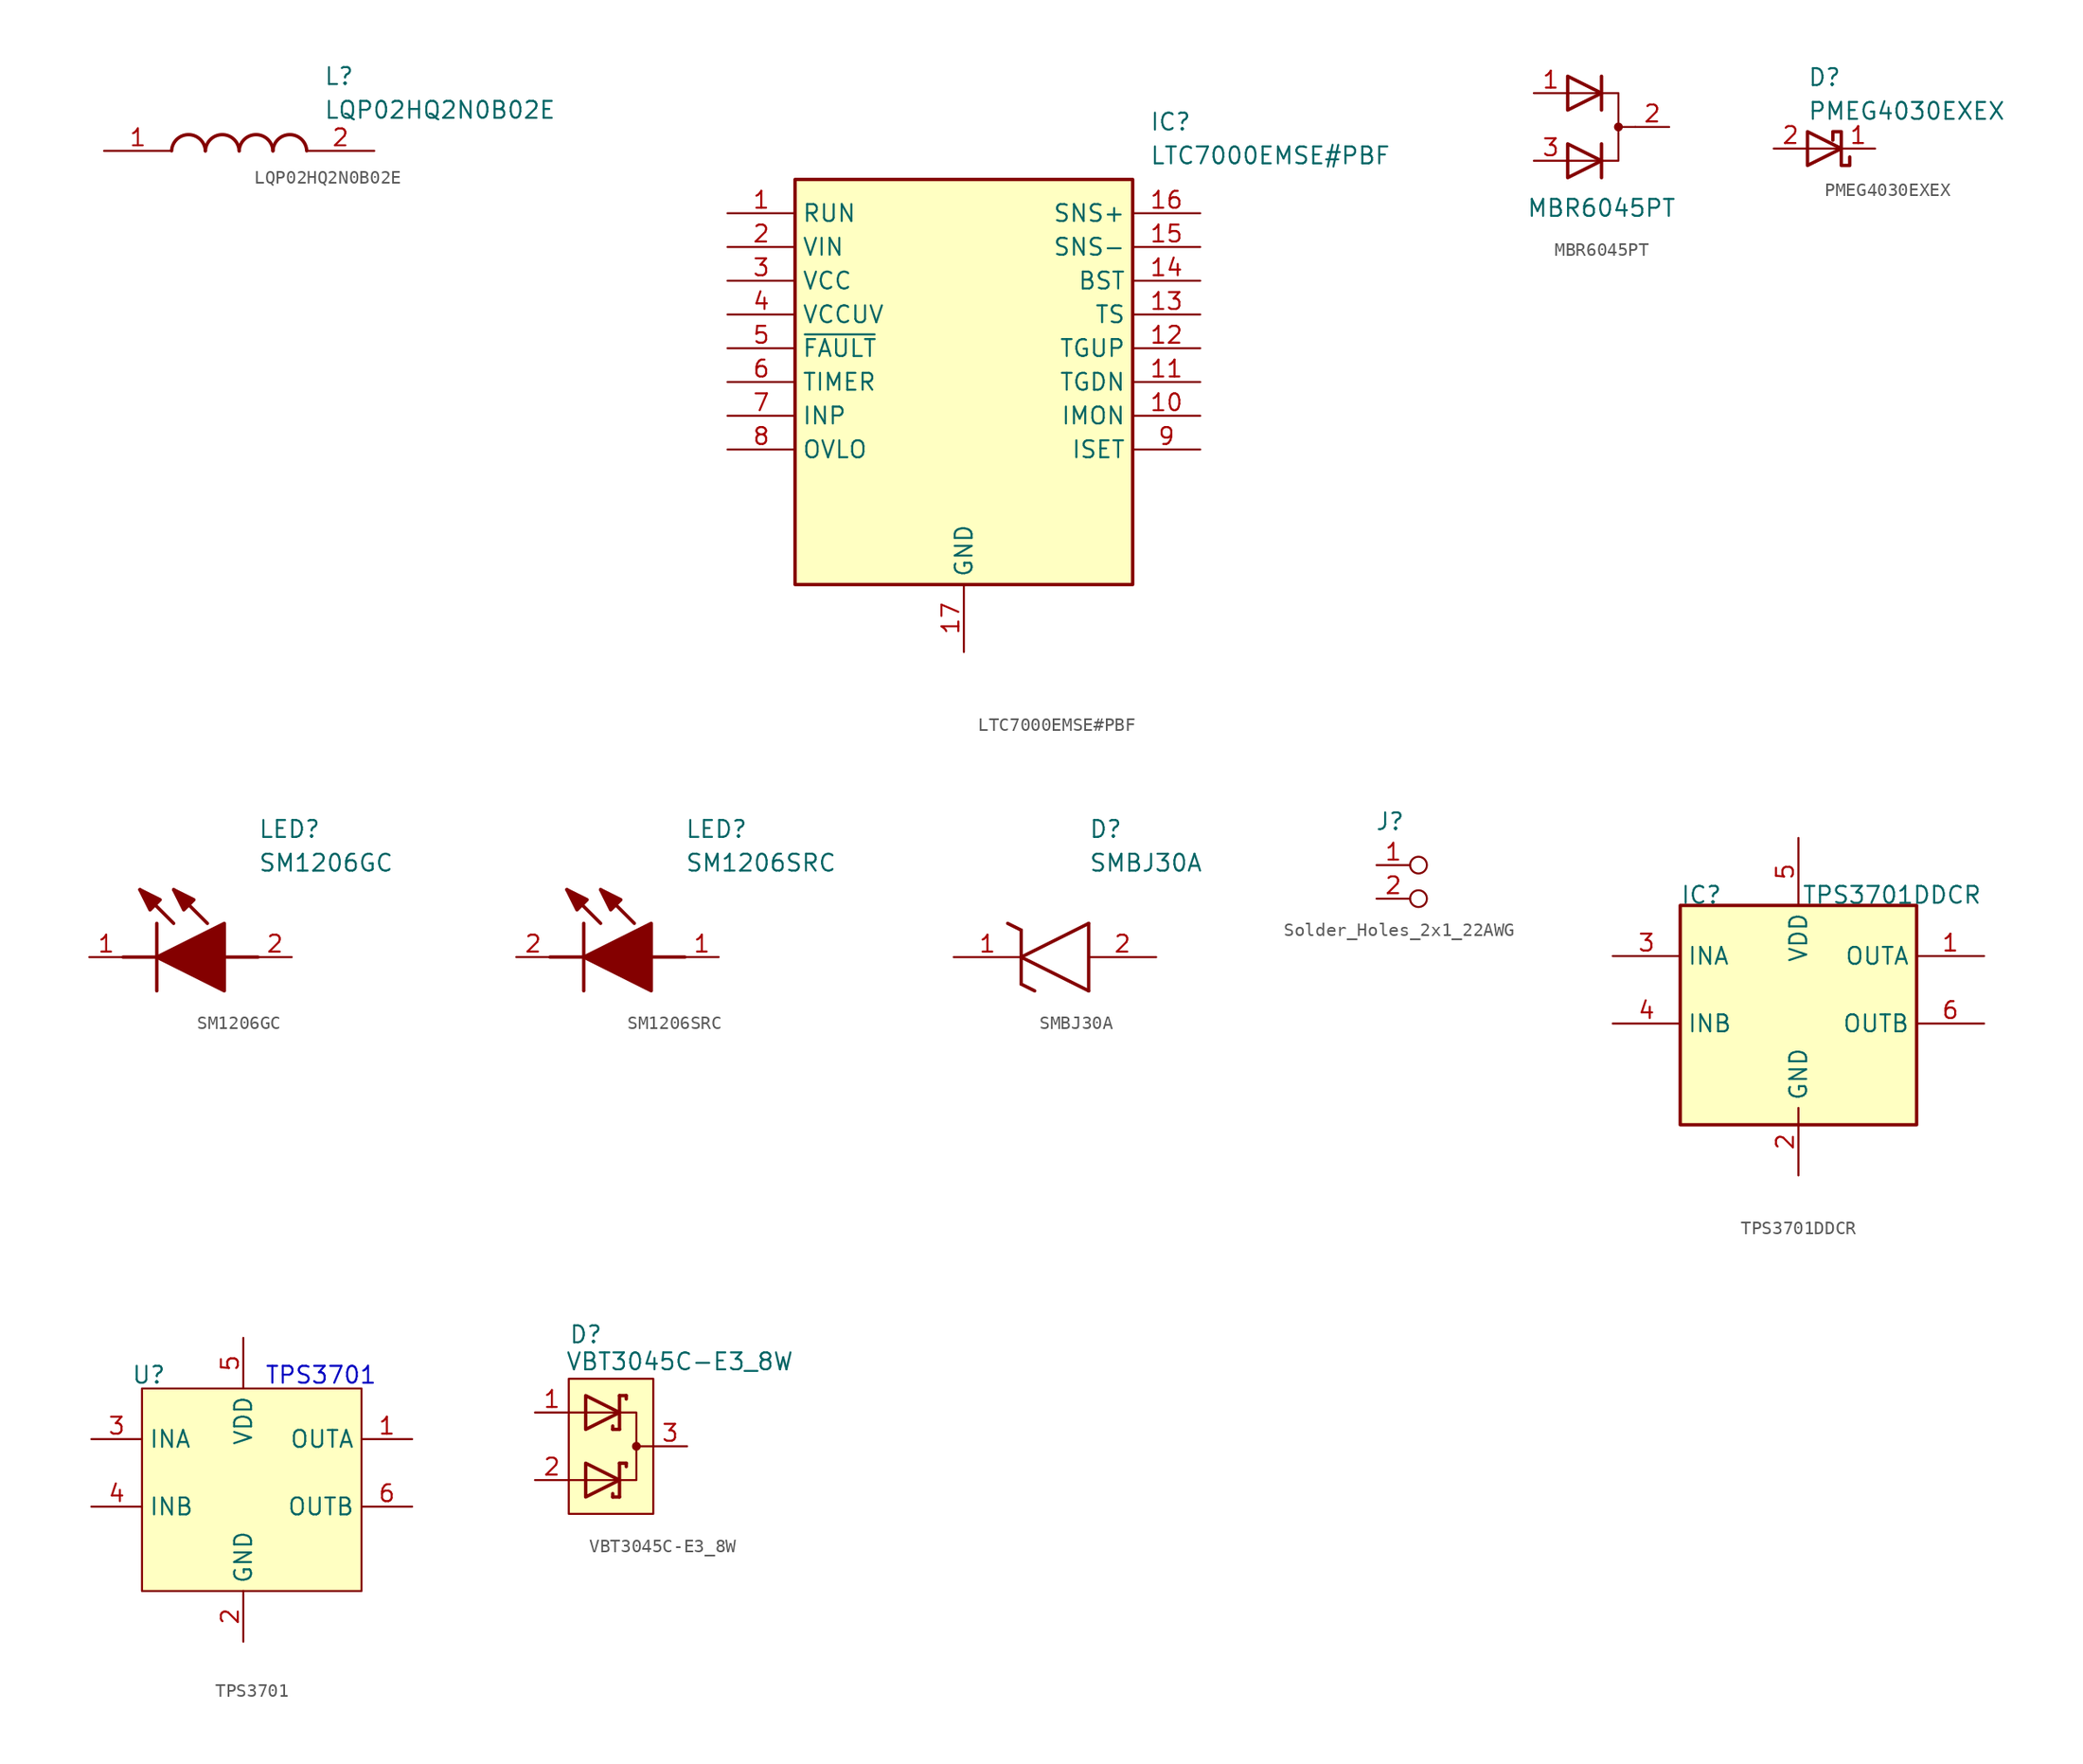
<source format=kicad_sym>
(kicad_symbol_lib
  (version 20231120)
  (generator "kicad_symbol_editor")
  (generator_version "8.0")
  (symbol "LQP02HQ2N0B02E"
    (pin_names hide)
    (property "Reference" "L"
      (at 16.51 6.35 0)
      (effects (font (size 1.27 1.27)) (justify left top)))
    (property "Value" "LQP02HQ2N0B02E"
      (at 16.51 3.81 0)
      (effects (font (size 1.27 1.27)) (justify left top)))
    (symbol "LQP02HQ2N0B02E_1_1"
      (arc (start 7.62 0) (mid 6.35 1.219) (end 5.08 0) (stroke (width 0.254) (type default)) (fill (type none)))
      (arc (start 10.16 0) (mid 8.89 1.219) (end 7.62 0) (stroke (width 0.254) (type default)) (fill (type none)))
      (arc (start 12.7 0) (mid 11.43 1.219) (end 10.16 0) (stroke (width 0.254) (type default)) (fill (type none)))
      (arc (start 15.24 0) (mid 13.97 1.219) (end 12.7 0) (stroke (width 0.254) (type default)) (fill (type none)))
      (pin passive line (at 0 0 0) (length 5.08) (name "1" (effects (font (size 1.27 1.27)))) (number "1" (effects (font (size 1.27 1.27)))))
      (pin passive line (at 20.32 0 180) (length 5.08) (name "2" (effects (font (size 1.27 1.27)))) (number "2" (effects (font (size 1.27 1.27)))))))
  (symbol "LTC7000EMSE#PBF"
    (property "Reference" "IC"
      (at 31.75 7.62 0)
      (effects (font (size 1.27 1.27)) (justify left top)))
    (property "Value" "LTC7000EMSE#PBF"
      (at 31.75 5.08 0)
      (effects (font (size 1.27 1.27)) (justify left top)))
    (symbol "LTC7000EMSE#PBF_1_1"
      (rectangle (start 5.08 2.54) (end 30.48 -27.94) (stroke (width 0.254) (type default)) (fill (type background)))
      (pin passive line (at 0 0 0) (length 5.08) (name "RUN" (effects (font (size 1.27 1.27)))) (number "1" (effects (font (size 1.27 1.27)))))
      (pin passive line (at 35.56 -15.24 180) (length 5.08) (name "IMON" (effects (font (size 1.27 1.27)))) (number "10" (effects (font (size 1.27 1.27)))))
      (pin passive line (at 35.56 -12.7 180) (length 5.08) (name "TGDN" (effects (font (size 1.27 1.27)))) (number "11" (effects (font (size 1.27 1.27)))))
      (pin passive line (at 35.56 -10.16 180) (length 5.08) (name "TGUP" (effects (font (size 1.27 1.27)))) (number "12" (effects (font (size 1.27 1.27)))))
      (pin passive line (at 35.56 -7.62 180) (length 5.08) (name "TS" (effects (font (size 1.27 1.27)))) (number "13" (effects (font (size 1.27 1.27)))))
      (pin passive line (at 35.56 -5.08 180) (length 5.08) (name "BST" (effects (font (size 1.27 1.27)))) (number "14" (effects (font (size 1.27 1.27)))))
      (pin passive line (at 35.56 -2.54 180) (length 5.08) (name "SNS-" (effects (font (size 1.27 1.27)))) (number "15" (effects (font (size 1.27 1.27)))))
      (pin passive line (at 35.56 0 180) (length 5.08) (name "SNS+" (effects (font (size 1.27 1.27)))) (number "16" (effects (font (size 1.27 1.27)))))
      (pin passive line (at 17.78 -33.02 90) (length 5.08) (name "GND" (effects (font (size 1.27 1.27)))) (number "17" (effects (font (size 1.27 1.27)))))
      (pin passive line (at 0 -2.54 0) (length 5.08) (name "VIN" (effects (font (size 1.27 1.27)))) (number "2" (effects (font (size 1.27 1.27)))))
      (pin passive line (at 0 -5.08 0) (length 5.08) (name "VCC" (effects (font (size 1.27 1.27)))) (number "3" (effects (font (size 1.27 1.27)))))
      (pin passive line (at 0 -7.62 0) (length 5.08) (name "VCCUV" (effects (font (size 1.27 1.27)))) (number "4" (effects (font (size 1.27 1.27)))))
      (pin passive line (at 0 -10.16 0) (length 5.08) (name "~{FAULT}" (effects (font (size 1.27 1.27)))) (number "5" (effects (font (size 1.27 1.27)))))
      (pin passive line (at 0 -12.7 0) (length 5.08) (name "TIMER" (effects (font (size 1.27 1.27)))) (number "6" (effects (font (size 1.27 1.27)))))
      (pin passive line (at 0 -15.24 0) (length 5.08) (name "INP" (effects (font (size 1.27 1.27)))) (number "7" (effects (font (size 1.27 1.27)))))
      (pin passive line (at 0 -17.78 0) (length 5.08) (name "OVLO" (effects (font (size 1.27 1.27)))) (number "8" (effects (font (size 1.27 1.27)))))
      (pin passive line (at 35.56 -17.78 180) (length 5.08) (name "ISET" (effects (font (size 1.27 1.27)))) (number "9" (effects (font (size 1.27 1.27)))))))
  (symbol "MBR6045PT"
    (pin_names
      (offset 0.762) hide)
    (property "Reference" "D"
      (at 0 5.08 0)
      (effects (font (size 1.27 1.27)) (hide yes)))
    (property "Value" "MBR6045PT"
      (at 0 -6.096 0)
      (effects (font (size 1.27 1.27))))
    (symbol "MBR6045PT_0_0"
      (polyline (pts (xy 0 -1.27) (xy 0 -3.81)) (stroke (width 0.254) (type default)) (fill (type none)))
      (polyline (pts (xy 0 1.27) (xy 0 3.81)) (stroke (width 0.254) (type default)) (fill (type none))))
    (symbol "MBR6045PT_0_1"
      (polyline (pts (xy 1.27 0) (xy 2.54 0)) (stroke (width 0) (type default)) (fill (type none)))
      (polyline (pts (xy -2.54 -2.54) (xy 1.27 -2.54) (xy 1.27 2.54) (xy -2.54 2.54)) (stroke (width 0) (type default)) (fill (type none)))
      (polyline (pts (xy -2.54 -1.27) (xy 0 -2.54) (xy -2.54 -3.81) (xy -2.54 -1.27) (xy -2.54 -1.27) (xy -2.54 -1.27)) (stroke (width 0.254) (type default)) (fill (type none)))
      (polyline (pts (xy -2.54 3.81) (xy 0 2.54) (xy -2.54 1.27) (xy -2.54 3.81) (xy -2.54 3.81) (xy -2.54 3.81)) (stroke (width 0.254) (type default)) (fill (type none)))
      (circle (center 1.27 0) (radius 0.254) (stroke (width 0) (type default)) (fill (type outline)))
      (pin passive line (at -5.08 2.54 0) (length 2.54) (name "A" (effects (font (size 1.27 1.27)))) (number "1" (effects (font (size 1.27 1.27))))))
    (symbol "MBR6045PT_1_1"
      (pin passive line (at 5.08 0 180) (length 2.54) (name "K" (effects (font (size 1.27 1.27)))) (number "2" (effects (font (size 1.27 1.27)))))
      (pin passive line (at -5.08 -2.54 0) (length 2.54) (name "A" (effects (font (size 1.27 1.27)))) (number "3" (effects (font (size 1.27 1.27)))))))
  (symbol "PMEG4030EXEX"
    (property "Reference" "D"
      (at 0 6.096 0)
      (effects (font (size 1.27 1.27)) (justify left top)))
    (property "Value" "PMEG4030EXEX"
      (at 0 3.556 0)
      (effects (font (size 1.27 1.27)) (justify left top)))
    (symbol "PMEG4030EXEX_0_1"
      (polyline (pts (xy 0 0) (xy 2.54 0)) (stroke (width 0) (type default)) (fill (type none)))
      (polyline (pts (xy 0 -1.27) (xy 0 1.27) (xy 2.54 0) (xy 0 -1.27)) (stroke (width 0.254) (type default)) (fill (type none)))
      (polyline (pts (xy 3.175 -0.635) (xy 3.175 -1.27) (xy 2.54 -1.27) (xy 2.54 1.27) (xy 1.905 1.27) (xy 1.905 0.635)) (stroke (width 0.254) (type default)) (fill (type none))))
    (symbol "PMEG4030EXEX_1_1"
      (pin passive line (at 5.08 0 180) (length 2.54) (name "" (effects (font (size 1.27 1.27)))) (number "1" (effects (font (size 1.27 1.27)))))
      (pin passive line (at -2.54 0 0) (length 2.54) (name "" (effects (font (size 1.27 1.27)))) (number "2" (effects (font (size 1.27 1.27)))))))
  (symbol "SM1206GC"
    (pin_names hide)
    (property "Reference" "LED"
      (at 12.7 8.89 0)
      (effects (font (size 1.27 1.27)) (justify left bottom)))
    (property "Value" "SM1206GC"
      (at 12.7 6.35 0)
      (effects (font (size 1.27 1.27)) (justify left bottom)))
    (symbol "SM1206GC_1_1"
      (polyline (pts (xy 2.54 0) (xy 5.08 0)) (stroke (width 0.254) (type default)) (fill (type none)))
      (polyline (pts (xy 5.08 2.54) (xy 5.08 -2.54)) (stroke (width 0.254) (type default)) (fill (type none)))
      (polyline (pts (xy 6.35 2.54) (xy 3.81 5.08)) (stroke (width 0.254) (type default)) (fill (type none)))
      (polyline (pts (xy 8.89 2.54) (xy 6.35 5.08)) (stroke (width 0.254) (type default)) (fill (type none)))
      (polyline (pts (xy 10.16 0) (xy 12.7 0)) (stroke (width 0.254) (type default)) (fill (type none)))
      (polyline (pts (xy 5.08 0) (xy 10.16 2.54) (xy 10.16 -2.54) (xy 5.08 0)) (stroke (width 0.254) (type default)) (fill (type outline)))
      (polyline (pts (xy 5.334 4.318) (xy 4.572 3.556) (xy 3.81 5.08) (xy 5.334 4.318)) (stroke (width 0.254) (type default)) (fill (type outline)))
      (polyline (pts (xy 7.874 4.318) (xy 7.112 3.556) (xy 6.35 5.08) (xy 7.874 4.318)) (stroke (width 0.254) (type default)) (fill (type outline)))
      (pin passive line (at 0 0 0) (length 2.54) (name "K" (effects (font (size 1.27 1.27)))) (number "1" (effects (font (size 1.27 1.27)))))
      (pin passive line (at 15.24 0 180) (length 2.54) (name "A" (effects (font (size 1.27 1.27)))) (number "2" (effects (font (size 1.27 1.27)))))))
  (symbol "SM1206SRC"
    (pin_names hide)
    (property "Reference" "LED"
      (at 12.7 8.89 0)
      (effects (font (size 1.27 1.27)) (justify left bottom)))
    (property "Value" "SM1206SRC"
      (at 12.7 6.35 0)
      (effects (font (size 1.27 1.27)) (justify left bottom)))
    (symbol "SM1206SRC_1_1"
      (polyline (pts (xy 2.54 0) (xy 5.08 0)) (stroke (width 0.254) (type default)) (fill (type none)))
      (polyline (pts (xy 5.08 2.54) (xy 5.08 -2.54)) (stroke (width 0.254) (type default)) (fill (type none)))
      (polyline (pts (xy 6.35 2.54) (xy 3.81 5.08)) (stroke (width 0.254) (type default)) (fill (type none)))
      (polyline (pts (xy 8.89 2.54) (xy 6.35 5.08)) (stroke (width 0.254) (type default)) (fill (type none)))
      (polyline (pts (xy 10.16 0) (xy 12.7 0)) (stroke (width 0.254) (type default)) (fill (type none)))
      (polyline (pts (xy 5.08 0) (xy 10.16 2.54) (xy 10.16 -2.54) (xy 5.08 0)) (stroke (width 0.254) (type default)) (fill (type outline)))
      (polyline (pts (xy 5.334 4.318) (xy 4.572 3.556) (xy 3.81 5.08) (xy 5.334 4.318)) (stroke (width 0.254) (type default)) (fill (type outline)))
      (polyline (pts (xy 7.874 4.318) (xy 7.112 3.556) (xy 6.35 5.08) (xy 7.874 4.318)) (stroke (width 0.254) (type default)) (fill (type outline)))
      (pin passive line (at 15.24 0 180) (length 2.54) (name "A" (effects (font (size 1.27 1.27)))) (number "1" (effects (font (size 1.27 1.27)))))
      (pin passive line (at 0 0 0) (length 2.54) (name "K" (effects (font (size 1.27 1.27)))) (number "2" (effects (font (size 1.27 1.27)))))))
  (symbol "SMBJ30A"
    (pin_names hide)
    (property "Reference" "D"
      (at 10.16 8.89 0)
      (effects (font (size 1.27 1.27)) (justify left bottom)))
    (property "Value" "SMBJ30A"
      (at 10.16 6.35 0)
      (effects (font (size 1.27 1.27)) (justify left bottom)))
    (symbol "SMBJ30A_1_1"
      (polyline (pts (xy 4.064 2.54) (xy 5.08 2.032)) (stroke (width 0.254) (type default)) (fill (type none)))
      (polyline (pts (xy 5.08 -2.032) (xy 5.08 2.032)) (stroke (width 0.254) (type default)) (fill (type none)))
      (polyline (pts (xy 5.08 -2.032) (xy 6.096 -2.54)) (stroke (width 0.254) (type default)) (fill (type none)))
      (polyline (pts (xy 5.08 0) (xy 10.16 2.54)) (stroke (width 0.254) (type default)) (fill (type none)))
      (polyline (pts (xy 10.16 -2.54) (xy 5.08 0)) (stroke (width 0.254) (type default)) (fill (type none)))
      (polyline (pts (xy 10.16 -2.54) (xy 10.16 2.54)) (stroke (width 0.254) (type default)) (fill (type none)))
      (pin passive line (at 0 0 0) (length 5.08) (name "K" (effects (font (size 1.27 1.27)))) (number "1" (effects (font (size 1.27 1.27)))))
      (pin passive line (at 15.24 0 180) (length 5.08) (name "A" (effects (font (size 1.27 1.27)))) (number "2" (effects (font (size 1.27 1.27)))))))
  (symbol "Solder_Holes_2x1_22AWG"
    (property "Reference" "J"
      (at -0.254 4.572 0)
      (effects (font (size 1.27 1.27))))
    (property "Value" ""
      (at 0 0 0)
      (effects (font (size 1.27 1.27))))
    (symbol "Solder_Holes_2x1_22AWG_0_1"
      (circle (center 1.905 -1.27) (radius 0.635) (stroke (width 0) (type default)) (fill (type none)))
      (circle (center 1.905 1.27) (radius 0.635) (stroke (width 0) (type default)) (fill (type none))))
    (symbol "Solder_Holes_2x1_22AWG_1_1"
      (pin passive line (at -1.27 1.27 0) (length 2.54) (name "" (effects (font (size 1.27 1.27)))) (number "1" (effects (font (size 1.27 1.27)))))
      (pin passive line (at -1.27 -1.27 0) (length 2.54) (name "" (effects (font (size 1.27 1.27)))) (number "2" (effects (font (size 1.27 1.27)))))))
  (symbol "TPS3701DDCR"
    (property "Reference" "IC"
      (at 5.08 4.064 0)
      (effects (font (size 1.27 1.27)) (justify left top)))
    (property "Value" "TPS3701DDCR"
      (at 14.224 4.064 0)
      (effects (font (size 1.27 1.27)) (justify left top)))
    (symbol "TPS3701DDCR_1_1"
      (rectangle (start 5.08 2.54) (end 22.86 -13.97) (stroke (width 0.254) (type default)) (fill (type background)))
      (pin passive line (at 27.94 -1.27 180) (length 5.08) (name "OUTA" (effects (font (size 1.27 1.27)))) (number "1" (effects (font (size 1.27 1.27)))))
      (pin passive line (at 13.97 -17.78 90) (length 5.08) (name "GND" (effects (font (size 1.27 1.27)))) (number "2" (effects (font (size 1.27 1.27)))))
      (pin passive line (at 0 -1.27 0) (length 5.08) (name "INA" (effects (font (size 1.27 1.27)))) (number "3" (effects (font (size 1.27 1.27)))))
      (pin passive line (at 0 -6.35 0) (length 5.08) (name "INB" (effects (font (size 1.27 1.27)))) (number "4" (effects (font (size 1.27 1.27)))))
      (pin passive line (at 13.97 7.62 270) (length 5.08) (name "VDD" (effects (font (size 1.27 1.27)))) (number "5" (effects (font (size 1.27 1.27)))))
      (pin passive line (at 27.94 -6.35 180) (length 5.08) (name "OUTB" (effects (font (size 1.27 1.27)))) (number "6" (effects (font (size 1.27 1.27)))))))
  (symbol "TPS3701"
    (property "Reference" "U"
      (at 0.508 -0.254 0)
      (effects (font (size 1.27 1.27))))
    (property "Value" ""
      (at 0 0 0)
      (effects (font (size 1.27 1.27))))
    (symbol "TPS3701_1_1"
      (rectangle (start 0 -1.27) (end 16.51 -16.51) (stroke (width 0) (type default)) (fill (type background)))
      (text "TPS3701" (at 13.462 -0.254 0) (effects (font (size 1.27 1.27) (color 0 0 194 1))))
      (pin output line (at 20.32 -5.08 180) (length 3.81) (name "OUTA" (effects (font (size 1.27 1.27)))) (number "1" (effects (font (size 1.27 1.27)))))
      (pin input line (at 7.62 -20.32 90) (length 3.81) (name "GND" (effects (font (size 1.27 1.27)))) (number "2" (effects (font (size 1.27 1.27)))))
      (pin input line (at -3.81 -5.08 0) (length 3.81) (name "INA" (effects (font (size 1.27 1.27)))) (number "3" (effects (font (size 1.27 1.27)))))
      (pin input line (at -3.81 -10.16 0) (length 3.81) (name "INB" (effects (font (size 1.27 1.27)))) (number "4" (effects (font (size 1.27 1.27)))))
      (pin power_in line (at 7.62 2.54 270) (length 3.81) (name "VDD" (effects (font (size 1.27 1.27)))) (number "5" (effects (font (size 1.27 1.27)))))
      (pin output line (at 20.32 -10.16 180) (length 3.81) (name "OUTB" (effects (font (size 1.27 1.27)))) (number "6" (effects (font (size 1.27 1.27)))))))
  (symbol "VBT3045C-E3_8W"
    (property "Reference" "D"
      (at 0 9.144 0)
      (effects (font (size 1.27 1.27)) (justify left top)))
    (property "Value" "VBT3045C-E3_8W"
      (at -0.254 7.112 0)
      (effects (font (size 1.27 1.27)) (justify left top)))
    (symbol "VBT3045C-E3_8W_0_0"
      (polyline (pts (xy 3.302 -3.81) (xy 3.302 -3.556)) (stroke (width 0.254) (type default)) (fill (type none)))
      (polyline (pts (xy 3.302 1.27) (xy 3.302 1.524)) (stroke (width 0.254) (type default)) (fill (type none)))
      (polyline (pts (xy 3.81 -3.81) (xy 3.302 -3.81)) (stroke (width 0.254) (type default)) (fill (type none)))
      (polyline (pts (xy 3.81 -1.27) (xy 3.81 -3.81)) (stroke (width 0.254) (type default)) (fill (type none)))
      (polyline (pts (xy 3.81 -1.27) (xy 4.318 -1.27)) (stroke (width 0.254) (type default)) (fill (type none)))
      (polyline (pts (xy 3.81 1.27) (xy 3.302 1.27)) (stroke (width 0.254) (type default)) (fill (type none)))
      (polyline (pts (xy 3.81 1.27) (xy 3.81 3.81)) (stroke (width 0.254) (type default)) (fill (type none)))
      (polyline (pts (xy 3.81 3.81) (xy 4.318 3.81)) (stroke (width 0.254) (type default)) (fill (type none)))
      (polyline (pts (xy 4.318 -1.27) (xy 4.318 -1.524)) (stroke (width 0.254) (type default)) (fill (type none)))
      (polyline (pts (xy 4.318 3.81) (xy 4.318 3.556)) (stroke (width 0.254) (type default)) (fill (type none))))
    (symbol "VBT3045C-E3_8W_0_1"
      (polyline (pts (xy 5.08 0) (xy 6.35 0)) (stroke (width 0) (type default)) (fill (type none)))
      (polyline (pts (xy 0 -2.54) (xy 5.08 -2.54) (xy 5.08 2.54) (xy 0 2.54)) (stroke (width 0) (type default)) (fill (type none)))
      (polyline (pts (xy 1.27 -1.27) (xy 3.81 -2.54) (xy 1.27 -3.81) (xy 1.27 -1.27) (xy 1.27 -1.27) (xy 1.27 -1.27)) (stroke (width 0.254) (type default)) (fill (type none)))
      (polyline (pts (xy 1.27 3.81) (xy 3.81 2.54) (xy 1.27 1.27) (xy 1.27 3.81) (xy 1.27 3.81) (xy 1.27 3.81)) (stroke (width 0.254) (type default)) (fill (type none)))
      (circle (center 5.08 0) (radius 0.254) (stroke (width 0) (type default)) (fill (type outline))))
    (symbol "VBT3045C-E3_8W_1_1"
      (rectangle (start 0 5.08) (end 6.35 -5.08) (stroke (width 0) (type default)) (fill (type background)))
      (pin passive line (at -2.54 2.54 0) (length 2.54) (name "" (effects (font (size 1.27 1.27)))) (number "1" (effects (font (size 1.27 1.27)))))
      (pin passive line (at -2.54 -2.54 0) (length 2.54) (name "" (effects (font (size 1.27 1.27)))) (number "2" (effects (font (size 1.27 1.27)))))
      (pin passive line (at 8.89 0 180) (length 2.54) (name "" (effects (font (size 1.27 1.27)))) (number "3" (effects (font (size 1.27 1.27))))))))
</source>
